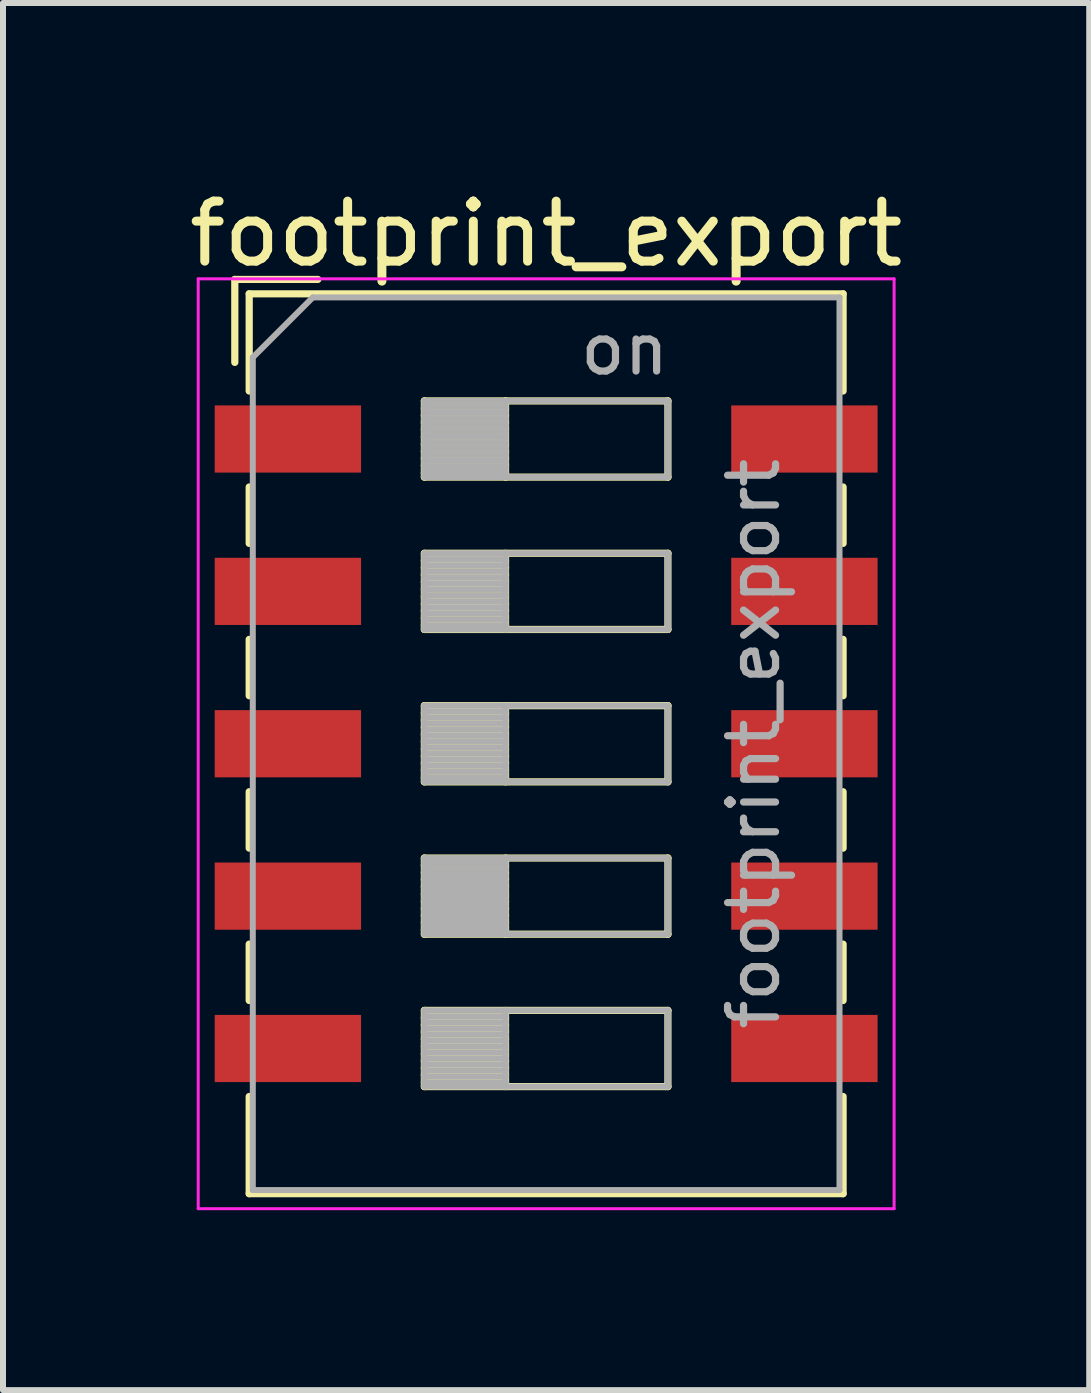
<source format=kicad_pcb>
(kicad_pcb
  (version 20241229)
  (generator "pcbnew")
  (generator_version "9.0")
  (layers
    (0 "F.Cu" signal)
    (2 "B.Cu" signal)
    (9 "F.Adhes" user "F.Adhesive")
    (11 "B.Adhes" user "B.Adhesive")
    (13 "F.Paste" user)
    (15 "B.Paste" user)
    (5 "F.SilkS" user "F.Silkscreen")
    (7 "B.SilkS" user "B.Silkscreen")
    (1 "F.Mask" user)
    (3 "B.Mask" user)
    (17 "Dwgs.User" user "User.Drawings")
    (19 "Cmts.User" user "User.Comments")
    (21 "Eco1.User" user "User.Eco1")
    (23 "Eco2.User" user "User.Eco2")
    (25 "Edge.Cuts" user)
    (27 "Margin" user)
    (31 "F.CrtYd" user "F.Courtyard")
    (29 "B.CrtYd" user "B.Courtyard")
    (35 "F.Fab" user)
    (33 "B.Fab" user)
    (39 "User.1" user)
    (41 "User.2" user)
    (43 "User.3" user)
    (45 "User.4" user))
  (footprint "footprint_export"
    (layer "F.Cu")
    (at 6.054 9.348)
    (property "Reference" "footprint_export" (at 0 -8.5 0) (layer "F.SilkS") (effects (font (size 1 1) (thickness 0.15))))
    (attr smd)
    (fp_line (start -5.19 -7.74) (end -5.19 -6.357) (stroke (width 0.12) (type solid)) (layer "F.SilkS"))
    (fp_line (start -5.19 -7.74) (end -3.806 -7.74) (stroke (width 0.12) (type solid)) (layer "F.SilkS"))
    (fp_line (start -4.95 -7.5) (end -4.95 -5.88) (stroke (width 0.12) (type solid)) (layer "F.SilkS"))
    (fp_line (start -4.95 -7.5) (end 4.95 -7.5) (stroke (width 0.12) (type solid)) (layer "F.SilkS"))
    (fp_line (start -4.95 -4.28) (end -4.95 -3.34) (stroke (width 0.12) (type solid)) (layer "F.SilkS"))
    (fp_line (start -4.95 -1.74) (end -4.95 -0.8) (stroke (width 0.12) (type solid)) (layer "F.SilkS"))
    (fp_line (start -4.95 0.8) (end -4.95 1.74) (stroke (width 0.12) (type solid)) (layer "F.SilkS"))
    (fp_line (start -4.95 3.34) (end -4.95 4.28) (stroke (width 0.12) (type solid)) (layer "F.SilkS"))
    (fp_line (start -4.95 5.88) (end -4.95 7.5) (stroke (width 0.12) (type solid)) (layer "F.SilkS"))
    (fp_line (start -4.95 7.5) (end 4.95 7.5) (stroke (width 0.12) (type solid)) (layer "F.SilkS"))
    (fp_line (start -2.03 -5.715) (end -2.03 -4.445) (stroke (width 0.12) (type solid)) (layer "F.SilkS"))
    (fp_line (start -2.03 -5.595) (end -0.677 -5.595) (stroke (width 0.12) (type solid)) (layer "F.SilkS"))
    (fp_line (start -2.03 -5.475) (end -0.677 -5.475) (stroke (width 0.12) (type solid)) (layer "F.SilkS"))
    (fp_line (start -2.03 -5.355) (end -0.677 -5.355) (stroke (width 0.12) (type solid)) (layer "F.SilkS"))
    (fp_line (start -2.03 -5.235) (end -0.677 -5.235) (stroke (width 0.12) (type solid)) (layer "F.SilkS"))
    (fp_line (start -2.03 -5.115) (end -0.677 -5.115) (stroke (width 0.12) (type solid)) (layer "F.SilkS"))
    (fp_line (start -2.03 -4.995) (end -0.677 -4.995) (stroke (width 0.12) (type solid)) (layer "F.SilkS"))
    (fp_line (start -2.03 -4.875) (end -0.677 -4.875) (stroke (width 0.12) (type solid)) (layer "F.SilkS"))
    (fp_line (start -2.03 -4.755) (end -0.677 -4.755) (stroke (width 0.12) (type solid)) (layer "F.SilkS"))
    (fp_line (start -2.03 -4.635) (end -0.677 -4.635) (stroke (width 0.12) (type solid)) (layer "F.SilkS"))
    (fp_line (start -2.03 -4.515) (end -0.677 -4.515) (stroke (width 0.12) (type solid)) (layer "F.SilkS"))
    (fp_line (start -2.03 -4.445) (end 2.03 -4.445) (stroke (width 0.12) (type solid)) (layer "F.SilkS"))
    (fp_line (start -2.03 -3.175) (end -2.03 -1.905) (stroke (width 0.12) (type solid)) (layer "F.SilkS"))
    (fp_line (start -2.03 -3.055) (end -0.677 -3.055) (stroke (width 0.12) (type solid)) (layer "F.SilkS"))
    (fp_line (start -2.03 -2.935) (end -0.677 -2.935) (stroke (width 0.12) (type solid)) (layer "F.SilkS"))
    (fp_line (start -2.03 -2.815) (end -0.677 -2.815) (stroke (width 0.12) (type solid)) (layer "F.SilkS"))
    (fp_line (start -2.03 -2.695) (end -0.677 -2.695) (stroke (width 0.12) (type solid)) (layer "F.SilkS"))
    (fp_line (start -2.03 -2.575) (end -0.677 -2.575) (stroke (width 0.12) (type solid)) (layer "F.SilkS"))
    (fp_line (start -2.03 -2.455) (end -0.677 -2.455) (stroke (width 0.12) (type solid)) (layer "F.SilkS"))
    (fp_line (start -2.03 -2.335) (end -0.677 -2.335) (stroke (width 0.12) (type solid)) (layer "F.SilkS"))
    (fp_line (start -2.03 -2.215) (end -0.677 -2.215) (stroke (width 0.12) (type solid)) (layer "F.SilkS"))
    (fp_line (start -2.03 -2.095) (end -0.677 -2.095) (stroke (width 0.12) (type solid)) (layer "F.SilkS"))
    (fp_line (start -2.03 -1.975) (end -0.677 -1.975) (stroke (width 0.12) (type solid)) (layer "F.SilkS"))
    (fp_line (start -2.03 -1.905) (end 2.03 -1.905) (stroke (width 0.12) (type solid)) (layer "F.SilkS"))
    (fp_line (start -2.03 -0.635) (end -2.03 0.635) (stroke (width 0.12) (type solid)) (layer "F.SilkS"))
    (fp_line (start -2.03 -0.515) (end -0.677 -0.515) (stroke (width 0.12) (type solid)) (layer "F.SilkS"))
    (fp_line (start -2.03 -0.395) (end -0.677 -0.395) (stroke (width 0.12) (type solid)) (layer "F.SilkS"))
    (fp_line (start -2.03 -0.275) (end -0.677 -0.275) (stroke (width 0.12) (type solid)) (layer "F.SilkS"))
    (fp_line (start -2.03 -0.155) (end -0.677 -0.155) (stroke (width 0.12) (type solid)) (layer "F.SilkS"))
    (fp_line (start -2.03 -0.035) (end -0.677 -0.035) (stroke (width 0.12) (type solid)) (layer "F.SilkS"))
    (fp_line (start -2.03 0.085) (end -0.677 0.085) (stroke (width 0.12) (type solid)) (layer "F.SilkS"))
    (fp_line (start -2.03 0.205) (end -0.677 0.205) (stroke (width 0.12) (type solid)) (layer "F.SilkS"))
    (fp_line (start -2.03 0.325) (end -0.677 0.325) (stroke (width 0.12) (type solid)) (layer "F.SilkS"))
    (fp_line (start -2.03 0.445) (end -0.677 0.445) (stroke (width 0.12) (type solid)) (layer "F.SilkS"))
    (fp_line (start -2.03 0.565) (end -0.677 0.565) (stroke (width 0.12) (type solid)) (layer "F.SilkS"))
    (fp_line (start -2.03 0.635) (end 2.03 0.635) (stroke (width 0.12) (type solid)) (layer "F.SilkS"))
    (fp_line (start -2.03 1.905) (end -2.03 3.175) (stroke (width 0.12) (type solid)) (layer "F.SilkS"))
    (fp_line (start -2.03 2.025) (end -0.677 2.025) (stroke (width 0.12) (type solid)) (layer "F.SilkS"))
    (fp_line (start -2.03 2.145) (end -0.677 2.145) (stroke (width 0.12) (type solid)) (layer "F.SilkS"))
    (fp_line (start -2.03 2.265) (end -0.677 2.265) (stroke (width 0.12) (type solid)) (layer "F.SilkS"))
    (fp_line (start -2.03 2.385) (end -0.677 2.385) (stroke (width 0.12) (type solid)) (layer "F.SilkS"))
    (fp_line (start -2.03 2.505) (end -0.677 2.505) (stroke (width 0.12) (type solid)) (layer "F.SilkS"))
    (fp_line (start -2.03 2.625) (end -0.677 2.625) (stroke (width 0.12) (type solid)) (layer "F.SilkS"))
    (fp_line (start -2.03 2.745) (end -0.677 2.745) (stroke (width 0.12) (type solid)) (layer "F.SilkS"))
    (fp_line (start -2.03 2.865) (end -0.677 2.865) (stroke (width 0.12) (type solid)) (layer "F.SilkS"))
    (fp_line (start -2.03 2.985) (end -0.677 2.985) (stroke (width 0.12) (type solid)) (layer "F.SilkS"))
    (fp_line (start -2.03 3.105) (end -0.677 3.105) (stroke (width 0.12) (type solid)) (layer "F.SilkS"))
    (fp_line (start -2.03 3.175) (end 2.03 3.175) (stroke (width 0.12) (type solid)) (layer "F.SilkS"))
    (fp_line (start -2.03 4.445) (end -2.03 5.715) (stroke (width 0.12) (type solid)) (layer "F.SilkS"))
    (fp_line (start -2.03 4.565) (end -0.677 4.565) (stroke (width 0.12) (type solid)) (layer "F.SilkS"))
    (fp_line (start -2.03 4.685) (end -0.677 4.685) (stroke (width 0.12) (type solid)) (layer "F.SilkS"))
    (fp_line (start -2.03 4.805) (end -0.677 4.805) (stroke (width 0.12) (type solid)) (layer "F.SilkS"))
    (fp_line (start -2.03 4.925) (end -0.677 4.925) (stroke (width 0.12) (type solid)) (layer "F.SilkS"))
    (fp_line (start -2.03 5.045) (end -0.677 5.045) (stroke (width 0.12) (type solid)) (layer "F.SilkS"))
    (fp_line (start -2.03 5.165) (end -0.677 5.165) (stroke (width 0.12) (type solid)) (layer "F.SilkS"))
    (fp_line (start -2.03 5.285) (end -0.677 5.285) (stroke (width 0.12) (type solid)) (layer "F.SilkS"))
    (fp_line (start -2.03 5.405) (end -0.677 5.405) (stroke (width 0.12) (type solid)) (layer "F.SilkS"))
    (fp_line (start -2.03 5.525) (end -0.677 5.525) (stroke (width 0.12) (type solid)) (layer "F.SilkS"))
    (fp_line (start -2.03 5.645) (end -0.677 5.645) (stroke (width 0.12) (type solid)) (layer "F.SilkS"))
    (fp_line (start -2.03 5.715) (end 2.03 5.715) (stroke (width 0.12) (type solid)) (layer "F.SilkS"))
    (fp_line (start -0.677 -5.715) (end -0.677 -4.445) (stroke (width 0.12) (type solid)) (layer "F.SilkS"))
    (fp_line (start -0.677 -3.175) (end -0.677 -1.905) (stroke (width 0.12) (type solid)) (layer "F.SilkS"))
    (fp_line (start -0.677 -0.635) (end -0.677 0.635) (stroke (width 0.12) (type solid)) (layer "F.SilkS"))
    (fp_line (start -0.677 1.905) (end -0.677 3.175) (stroke (width 0.12) (type solid)) (layer "F.SilkS"))
    (fp_line (start -0.677 4.445) (end -0.677 5.715) (stroke (width 0.12) (type solid)) (layer "F.SilkS"))
    (fp_line (start 2.03 -5.715) (end -2.03 -5.715) (stroke (width 0.12) (type solid)) (layer "F.SilkS"))
    (fp_line (start 2.03 -4.445) (end 2.03 -5.715) (stroke (width 0.12) (type solid)) (layer "F.SilkS"))
    (fp_line (start 2.03 -3.175) (end -2.03 -3.175) (stroke (width 0.12) (type solid)) (layer "F.SilkS"))
    (fp_line (start 2.03 -1.905) (end 2.03 -3.175) (stroke (width 0.12) (type solid)) (layer "F.SilkS"))
    (fp_line (start 2.03 -0.635) (end -2.03 -0.635) (stroke (width 0.12) (type solid)) (layer "F.SilkS"))
    (fp_line (start 2.03 0.635) (end 2.03 -0.635) (stroke (width 0.12) (type solid)) (layer "F.SilkS"))
    (fp_line (start 2.03 1.905) (end -2.03 1.905) (stroke (width 0.12) (type solid)) (layer "F.SilkS"))
    (fp_line (start 2.03 3.175) (end 2.03 1.905) (stroke (width 0.12) (type solid)) (layer "F.SilkS"))
    (fp_line (start 2.03 4.445) (end -2.03 4.445) (stroke (width 0.12) (type solid)) (layer "F.SilkS"))
    (fp_line (start 2.03 5.715) (end 2.03 4.445) (stroke (width 0.12) (type solid)) (layer "F.SilkS"))
    (fp_line (start 4.95 -7.5) (end 4.95 -5.88) (stroke (width 0.12) (type solid)) (layer "F.SilkS"))
    (fp_line (start 4.95 -4.28) (end 4.95 -3.34) (stroke (width 0.12) (type solid)) (layer "F.SilkS"))
    (fp_line (start 4.95 -1.74) (end 4.95 -0.8) (stroke (width 0.12) (type solid)) (layer "F.SilkS"))
    (fp_line (start 4.95 0.8) (end 4.95 1.74) (stroke (width 0.12) (type solid)) (layer "F.SilkS"))
    (fp_line (start 4.95 3.34) (end 4.95 4.28) (stroke (width 0.12) (type solid)) (layer "F.SilkS"))
    (fp_line (start 4.95 5.88) (end 4.95 7.5) (stroke (width 0.12) (type solid)) (layer "F.SilkS"))
    (fp_line (start -5.8 -7.75) (end -5.8 7.75) (stroke (width 0.05) (type solid)) (layer "F.CrtYd"))
    (fp_line (start -5.8 7.75) (end 5.8 7.75) (stroke (width 0.05) (type solid)) (layer "F.CrtYd"))
    (fp_line (start 5.8 -7.75) (end -5.8 -7.75) (stroke (width 0.05) (type solid)) (layer "F.CrtYd"))
    (fp_line (start 5.8 7.75) (end 5.8 -7.75) (stroke (width 0.05) (type solid)) (layer "F.CrtYd"))
    (fp_line (start -4.89 -6.44) (end -3.89 -7.44) (stroke (width 0.1) (type solid)) (layer "F.Fab"))
    (fp_line (start -4.89 7.44) (end -4.89 -6.44) (stroke (width 0.1) (type solid)) (layer "F.Fab"))
    (fp_line (start -3.89 -7.44) (end 4.89 -7.44) (stroke (width 0.1) (type solid)) (layer "F.Fab"))
    (fp_line (start -2.03 -5.715) (end -2.03 -4.445) (stroke (width 0.1) (type solid)) (layer "F.Fab"))
    (fp_line (start -2.03 -5.615) (end -0.677 -5.615) (stroke (width 0.1) (type solid)) (layer "F.Fab"))
    (fp_line (start -2.03 -5.515) (end -0.677 -5.515) (stroke (width 0.1) (type solid)) (layer "F.Fab"))
    (fp_line (start -2.03 -5.415) (end -0.677 -5.415) (stroke (width 0.1) (type solid)) (layer "F.Fab"))
    (fp_line (start -2.03 -5.315) (end -0.677 -5.315) (stroke (width 0.1) (type solid)) (layer "F.Fab"))
    (fp_line (start -2.03 -5.215) (end -0.677 -5.215) (stroke (width 0.1) (type solid)) (layer "F.Fab"))
    (fp_line (start -2.03 -5.115) (end -0.677 -5.115) (stroke (width 0.1) (type solid)) (layer "F.Fab"))
    (fp_line (start -2.03 -5.015) (end -0.677 -5.015) (stroke (width 0.1) (type solid)) (layer "F.Fab"))
    (fp_line (start -2.03 -4.915) (end -0.677 -4.915) (stroke (width 0.1) (type solid)) (layer "F.Fab"))
    (fp_line (start -2.03 -4.815) (end -0.677 -4.815) (stroke (width 0.1) (type solid)) (layer "F.Fab"))
    (fp_line (start -2.03 -4.715) (end -0.677 -4.715) (stroke (width 0.1) (type solid)) (layer "F.Fab"))
    (fp_line (start -2.03 -4.615) (end -0.677 -4.615) (stroke (width 0.1) (type solid)) (layer "F.Fab"))
    (fp_line (start -2.03 -4.515) (end -0.677 -4.515) (stroke (width 0.1) (type solid)) (layer "F.Fab"))
    (fp_line (start -2.03 -4.445) (end 2.03 -4.445) (stroke (width 0.1) (type solid)) (layer "F.Fab"))
    (fp_line (start -2.03 -3.175) (end -2.03 -1.905) (stroke (width 0.1) (type solid)) (layer "F.Fab"))
    (fp_line (start -2.03 -3.075) (end -0.677 -3.075) (stroke (width 0.1) (type solid)) (layer "F.Fab"))
    (fp_line (start -2.03 -2.975) (end -0.677 -2.975) (stroke (width 0.1) (type solid)) (layer "F.Fab"))
    (fp_line (start -2.03 -2.875) (end -0.677 -2.875) (stroke (width 0.1) (type solid)) (layer "F.Fab"))
    (fp_line (start -2.03 -2.775) (end -0.677 -2.775) (stroke (width 0.1) (type solid)) (layer "F.Fab"))
    (fp_line (start -2.03 -2.675) (end -0.677 -2.675) (stroke (width 0.1) (type solid)) (layer "F.Fab"))
    (fp_line (start -2.03 -2.575) (end -0.677 -2.575) (stroke (width 0.1) (type solid)) (layer "F.Fab"))
    (fp_line (start -2.03 -2.475) (end -0.677 -2.475) (stroke (width 0.1) (type solid)) (layer "F.Fab"))
    (fp_line (start -2.03 -2.375) (end -0.677 -2.375) (stroke (width 0.1) (type solid)) (layer "F.Fab"))
    (fp_line (start -2.03 -2.275) (end -0.677 -2.275) (stroke (width 0.1) (type solid)) (layer "F.Fab"))
    (fp_line (start -2.03 -2.175) (end -0.677 -2.175) (stroke (width 0.1) (type solid)) (layer "F.Fab"))
    (fp_line (start -2.03 -2.075) (end -0.677 -2.075) (stroke (width 0.1) (type solid)) (layer "F.Fab"))
    (fp_line (start -2.03 -1.975) (end -0.677 -1.975) (stroke (width 0.1) (type solid)) (layer "F.Fab"))
    (fp_line (start -2.03 -1.905) (end 2.03 -1.905) (stroke (width 0.1) (type solid)) (layer "F.Fab"))
    (fp_line (start -2.03 -0.635) (end -2.03 0.635) (stroke (width 0.1) (type solid)) (layer "F.Fab"))
    (fp_line (start -2.03 -0.535) (end -0.677 -0.535) (stroke (width 0.1) (type solid)) (layer "F.Fab"))
    (fp_line (start -2.03 -0.435) (end -0.677 -0.435) (stroke (width 0.1) (type solid)) (layer "F.Fab"))
    (fp_line (start -2.03 -0.335) (end -0.677 -0.335) (stroke (width 0.1) (type solid)) (layer "F.Fab"))
    (fp_line (start -2.03 -0.235) (end -0.677 -0.235) (stroke (width 0.1) (type solid)) (layer "F.Fab"))
    (fp_line (start -2.03 -0.135) (end -0.677 -0.135) (stroke (width 0.1) (type solid)) (layer "F.Fab"))
    (fp_line (start -2.03 -0.035) (end -0.677 -0.035) (stroke (width 0.1) (type solid)) (layer "F.Fab"))
    (fp_line (start -2.03 0.065) (end -0.677 0.065) (stroke (width 0.1) (type solid)) (layer "F.Fab"))
    (fp_line (start -2.03 0.165) (end -0.677 0.165) (stroke (width 0.1) (type solid)) (layer "F.Fab"))
    (fp_line (start -2.03 0.265) (end -0.677 0.265) (stroke (width 0.1) (type solid)) (layer "F.Fab"))
    (fp_line (start -2.03 0.365) (end -0.677 0.365) (stroke (width 0.1) (type solid)) (layer "F.Fab"))
    (fp_line (start -2.03 0.465) (end -0.677 0.465) (stroke (width 0.1) (type solid)) (layer "F.Fab"))
    (fp_line (start -2.03 0.565) (end -0.677 0.565) (stroke (width 0.1) (type solid)) (layer "F.Fab"))
    (fp_line (start -2.03 0.635) (end 2.03 0.635) (stroke (width 0.1) (type solid)) (layer "F.Fab"))
    (fp_line (start -2.03 1.905) (end -2.03 3.175) (stroke (width 0.1) (type solid)) (layer "F.Fab"))
    (fp_line (start -2.03 2.005) (end -0.677 2.005) (stroke (width 0.1) (type solid)) (layer "F.Fab"))
    (fp_line (start -2.03 2.105) (end -0.677 2.105) (stroke (width 0.1) (type solid)) (layer "F.Fab"))
    (fp_line (start -2.03 2.205) (end -0.677 2.205) (stroke (width 0.1) (type solid)) (layer "F.Fab"))
    (fp_line (start -2.03 2.305) (end -0.677 2.305) (stroke (width 0.1) (type solid)) (layer "F.Fab"))
    (fp_line (start -2.03 2.405) (end -0.677 2.405) (stroke (width 0.1) (type solid)) (layer "F.Fab"))
    (fp_line (start -2.03 2.505) (end -0.677 2.505) (stroke (width 0.1) (type solid)) (layer "F.Fab"))
    (fp_line (start -2.03 2.605) (end -0.677 2.605) (stroke (width 0.1) (type solid)) (layer "F.Fab"))
    (fp_line (start -2.03 2.705) (end -0.677 2.705) (stroke (width 0.1) (type solid)) (layer "F.Fab"))
    (fp_line (start -2.03 2.805) (end -0.677 2.805) (stroke (width 0.1) (type solid)) (layer "F.Fab"))
    (fp_line (start -2.03 2.905) (end -0.677 2.905) (stroke (width 0.1) (type solid)) (layer "F.Fab"))
    (fp_line (start -2.03 3.005) (end -0.677 3.005) (stroke (width 0.1) (type solid)) (layer "F.Fab"))
    (fp_line (start -2.03 3.105) (end -0.677 3.105) (stroke (width 0.1) (type solid)) (layer "F.Fab"))
    (fp_line (start -2.03 3.175) (end 2.03 3.175) (stroke (width 0.1) (type solid)) (layer "F.Fab"))
    (fp_line (start -2.03 4.445) (end -2.03 5.715) (stroke (width 0.1) (type solid)) (layer "F.Fab"))
    (fp_line (start -2.03 4.545) (end -0.677 4.545) (stroke (width 0.1) (type solid)) (layer "F.Fab"))
    (fp_line (start -2.03 4.645) (end -0.677 4.645) (stroke (width 0.1) (type solid)) (layer "F.Fab"))
    (fp_line (start -2.03 4.745) (end -0.677 4.745) (stroke (width 0.1) (type solid)) (layer "F.Fab"))
    (fp_line (start -2.03 4.845) (end -0.677 4.845) (stroke (width 0.1) (type solid)) (layer "F.Fab"))
    (fp_line (start -2.03 4.945) (end -0.677 4.945) (stroke (width 0.1) (type solid)) (layer "F.Fab"))
    (fp_line (start -2.03 5.045) (end -0.677 5.045) (stroke (width 0.1) (type solid)) (layer "F.Fab"))
    (fp_line (start -2.03 5.145) (end -0.677 5.145) (stroke (width 0.1) (type solid)) (layer "F.Fab"))
    (fp_line (start -2.03 5.245) (end -0.677 5.245) (stroke (width 0.1) (type solid)) (layer "F.Fab"))
    (fp_line (start -2.03 5.345) (end -0.677 5.345) (stroke (width 0.1) (type solid)) (layer "F.Fab"))
    (fp_line (start -2.03 5.445) (end -0.677 5.445) (stroke (width 0.1) (type solid)) (layer "F.Fab"))
    (fp_line (start -2.03 5.545) (end -0.677 5.545) (stroke (width 0.1) (type solid)) (layer "F.Fab"))
    (fp_line (start -2.03 5.645) (end -0.677 5.645) (stroke (width 0.1) (type solid)) (layer "F.Fab"))
    (fp_line (start -2.03 5.715) (end 2.03 5.715) (stroke (width 0.1) (type solid)) (layer "F.Fab"))
    (fp_line (start -0.677 -5.715) (end -0.677 -4.445) (stroke (width 0.1) (type solid)) (layer "F.Fab"))
    (fp_line (start -0.677 -3.175) (end -0.677 -1.905) (stroke (width 0.1) (type solid)) (layer "F.Fab"))
    (fp_line (start -0.677 -0.635) (end -0.677 0.635) (stroke (width 0.1) (type solid)) (layer "F.Fab"))
    (fp_line (start -0.677 1.905) (end -0.677 3.175) (stroke (width 0.1) (type solid)) (layer "F.Fab"))
    (fp_line (start -0.677 4.445) (end -0.677 5.715) (stroke (width 0.1) (type solid)) (layer "F.Fab"))
    (fp_line (start 2.03 -5.715) (end -2.03 -5.715) (stroke (width 0.1) (type solid)) (layer "F.Fab"))
    (fp_line (start 2.03 -4.445) (end 2.03 -5.715) (stroke (width 0.1) (type solid)) (layer "F.Fab"))
    (fp_line (start 2.03 -3.175) (end -2.03 -3.175) (stroke (width 0.1) (type solid)) (layer "F.Fab"))
    (fp_line (start 2.03 -1.905) (end 2.03 -3.175) (stroke (width 0.1) (type solid)) (layer "F.Fab"))
    (fp_line (start 2.03 -0.635) (end -2.03 -0.635) (stroke (width 0.1) (type solid)) (layer "F.Fab"))
    (fp_line (start 2.03 0.635) (end 2.03 -0.635) (stroke (width 0.1) (type solid)) (layer "F.Fab"))
    (fp_line (start 2.03 1.905) (end -2.03 1.905) (stroke (width 0.1) (type solid)) (layer "F.Fab"))
    (fp_line (start 2.03 3.175) (end 2.03 1.905) (stroke (width 0.1) (type solid)) (layer "F.Fab"))
    (fp_line (start 2.03 4.445) (end -2.03 4.445) (stroke (width 0.1) (type solid)) (layer "F.Fab"))
    (fp_line (start 2.03 5.715) (end 2.03 4.445) (stroke (width 0.1) (type solid)) (layer "F.Fab"))
    (fp_line (start 4.89 -7.44) (end 4.89 7.44) (stroke (width 0.1) (type solid)) (layer "F.Fab"))
    (fp_line (start 4.89 7.44) (end -4.89 7.44) (stroke (width 0.1) (type solid)) (layer "F.Fab"))
    (fp_text user "on" (at 1.308 -6.577 0) (layer "F.Fab") (effects (font (size 0.8 0.8) (thickness 0.12))))
    (fp_text user "${REFERENCE}" (at 3.46 0 90) (layer "F.Fab") (effects (font (size 0.8 0.8) (thickness 0.12))))
    (pad "1" smd rect (at -4.305 -5.08) (size 2.44 1.12) (layers "F.Cu" "F.Mask" "F.Paste"))
    (pad "2" smd rect (at -4.305 -2.54) (size 2.44 1.12) (layers "F.Cu" "F.Mask" "F.Paste"))
    (pad "3" smd rect (at -4.305 0) (size 2.44 1.12) (layers "F.Cu" "F.Mask" "F.Paste"))
    (pad "4" smd rect (at -4.305 2.54) (size 2.44 1.12) (layers "F.Cu" "F.Mask" "F.Paste"))
    (pad "5" smd rect (at -4.305 5.08) (size 2.44 1.12) (layers "F.Cu" "F.Mask" "F.Paste"))
    (pad "6" smd rect (at 4.305 5.08) (size 2.44 1.12) (layers "F.Cu" "F.Mask" "F.Paste"))
    (pad "7" smd rect (at 4.305 2.54) (size 2.44 1.12) (layers "F.Cu" "F.Mask" "F.Paste"))
    (pad "8" smd rect (at 4.305 0) (size 2.44 1.12) (layers "F.Cu" "F.Mask" "F.Paste"))
    (pad "9" smd rect (at 4.305 -2.54) (size 2.44 1.12) (layers "F.Cu" "F.Mask" "F.Paste"))
    (pad "10" smd rect (at 4.305 -5.08) (size 2.44 1.12) (layers "F.Cu" "F.Mask" "F.Paste")))
  (gr_rect
    (start -3 -3)
    (end 15.107 20.123)
    (stroke (width 0.1) (type default))
    (fill no)
    (layer "Edge.Cuts")))
</source>
